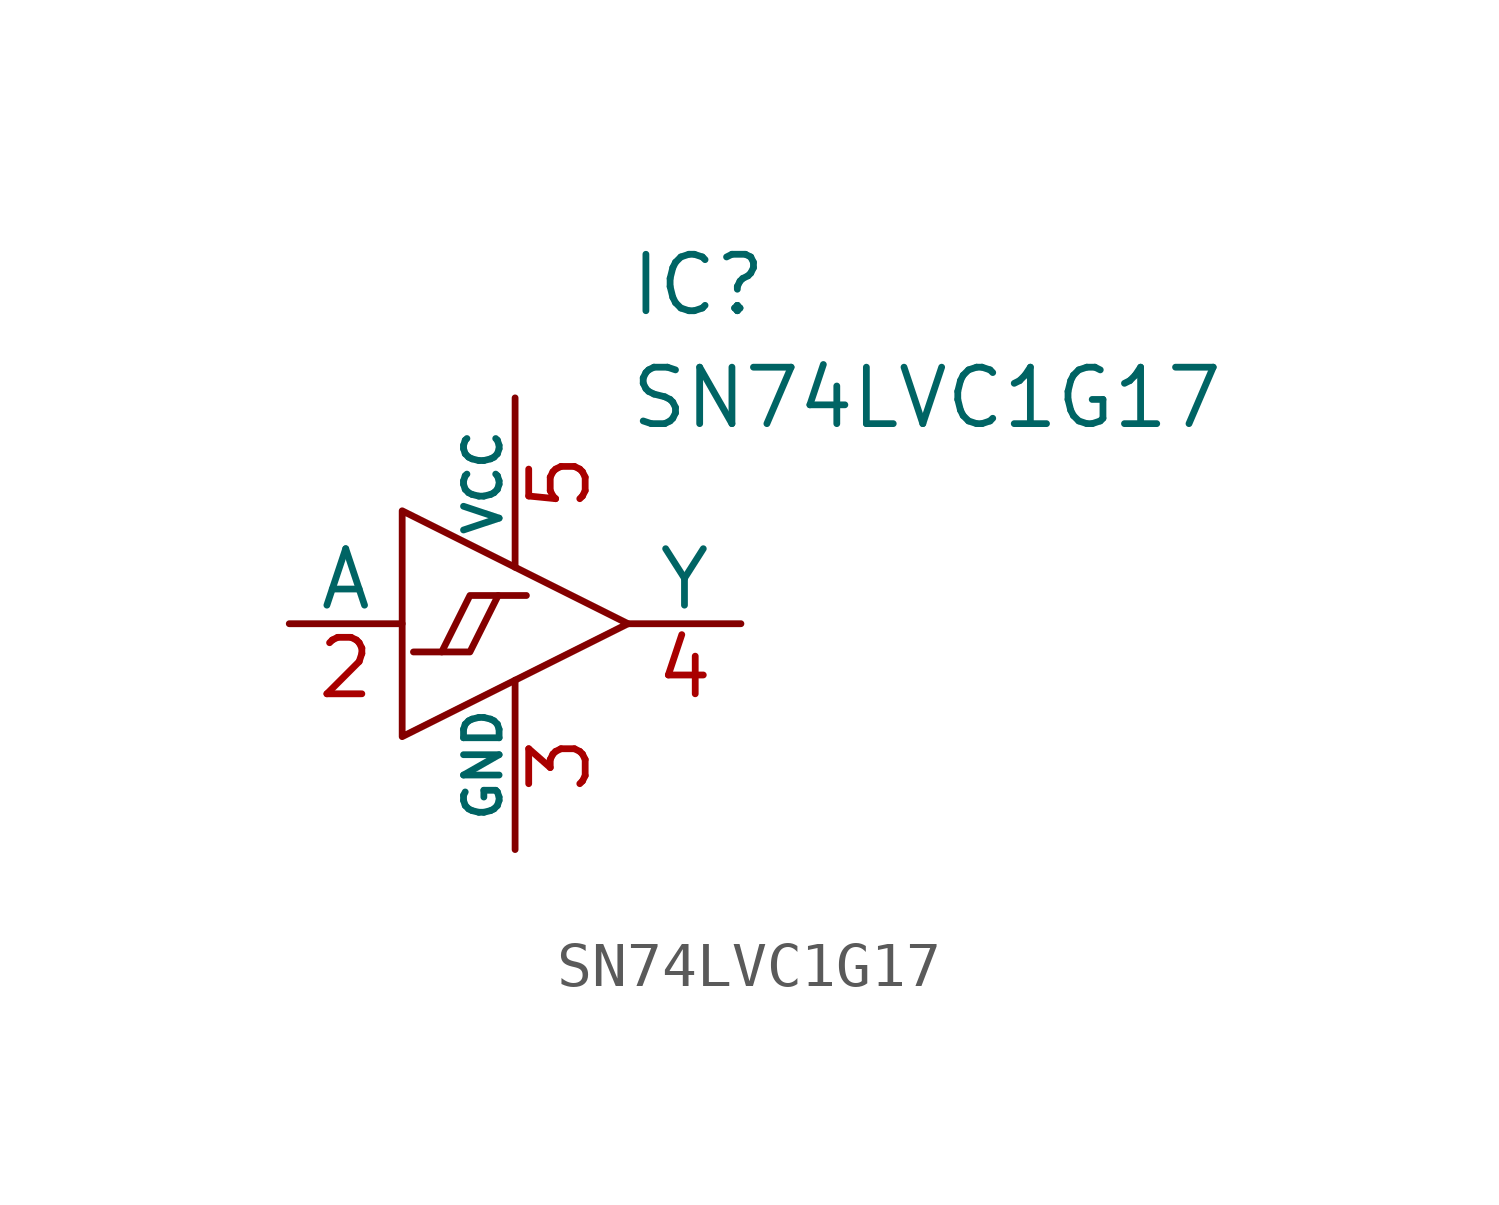
<source format=kicad_sym>
(kicad_symbol_lib
  (version 20220914)
  (generator kicad_symbol_editor)
  (symbol "SN74LVC1G17"
    (pin_names
      (offset 0))
    (property "Reference" "IC"
      (at 2.54 7.62 0)
      (effects (font (size 1.27 1.27)) (justify left)))
    (property "Value" "SN74LVC1G17"
      (at 2.54 5.08 0)
      (effects (font (size 1.27 1.27)) (justify left)))
    (symbol "SN74LVC1G17_0_1"
      (polyline (pts (xy -2.54 2.54) (xy -2.54 -2.54) (xy 2.54 0) (xy -2.54 2.54)) (stroke (width 0) (type default)) (fill (type none)))
      (polyline (pts (xy -2.286 -0.635) (xy -1.651 -0.635) (xy -1.016 0.635) (xy -0.381 0.635)) (stroke (width 0) (type default)) (fill (type none)))
      (polyline (pts (xy -1.651 -0.635) (xy -1.016 -0.635) (xy -0.381 0.635) (xy 0.254 0.635)) (stroke (width 0) (type default)) (fill (type none))))
    (symbol "SN74LVC1G17_1_1"
      (pin input line (at -5.08 0 0) (length 2.54) (name "A" (effects (font (size 1.27 1.27)))) (number "2" (effects (font (size 1.27 1.27)))))
      (pin power_out line (at 0 -5.08 90) (length 3.81) (name "GND" (effects (font (size 0.8 0.8)))) (number "3" (effects (font (size 1.27 1.27)))))
      (pin output line (at 5.08 0 180) (length 2.54) (name "Y" (effects (font (size 1.27 1.27)))) (number "4" (effects (font (size 1.27 1.27)))))
      (pin power_in line (at 0 5.08 270) (length 3.81) (name "VCC" (effects (font (size 0.8 0.8)))) (number "5" (effects (font (size 1.27 1.27))))))))
</source>
